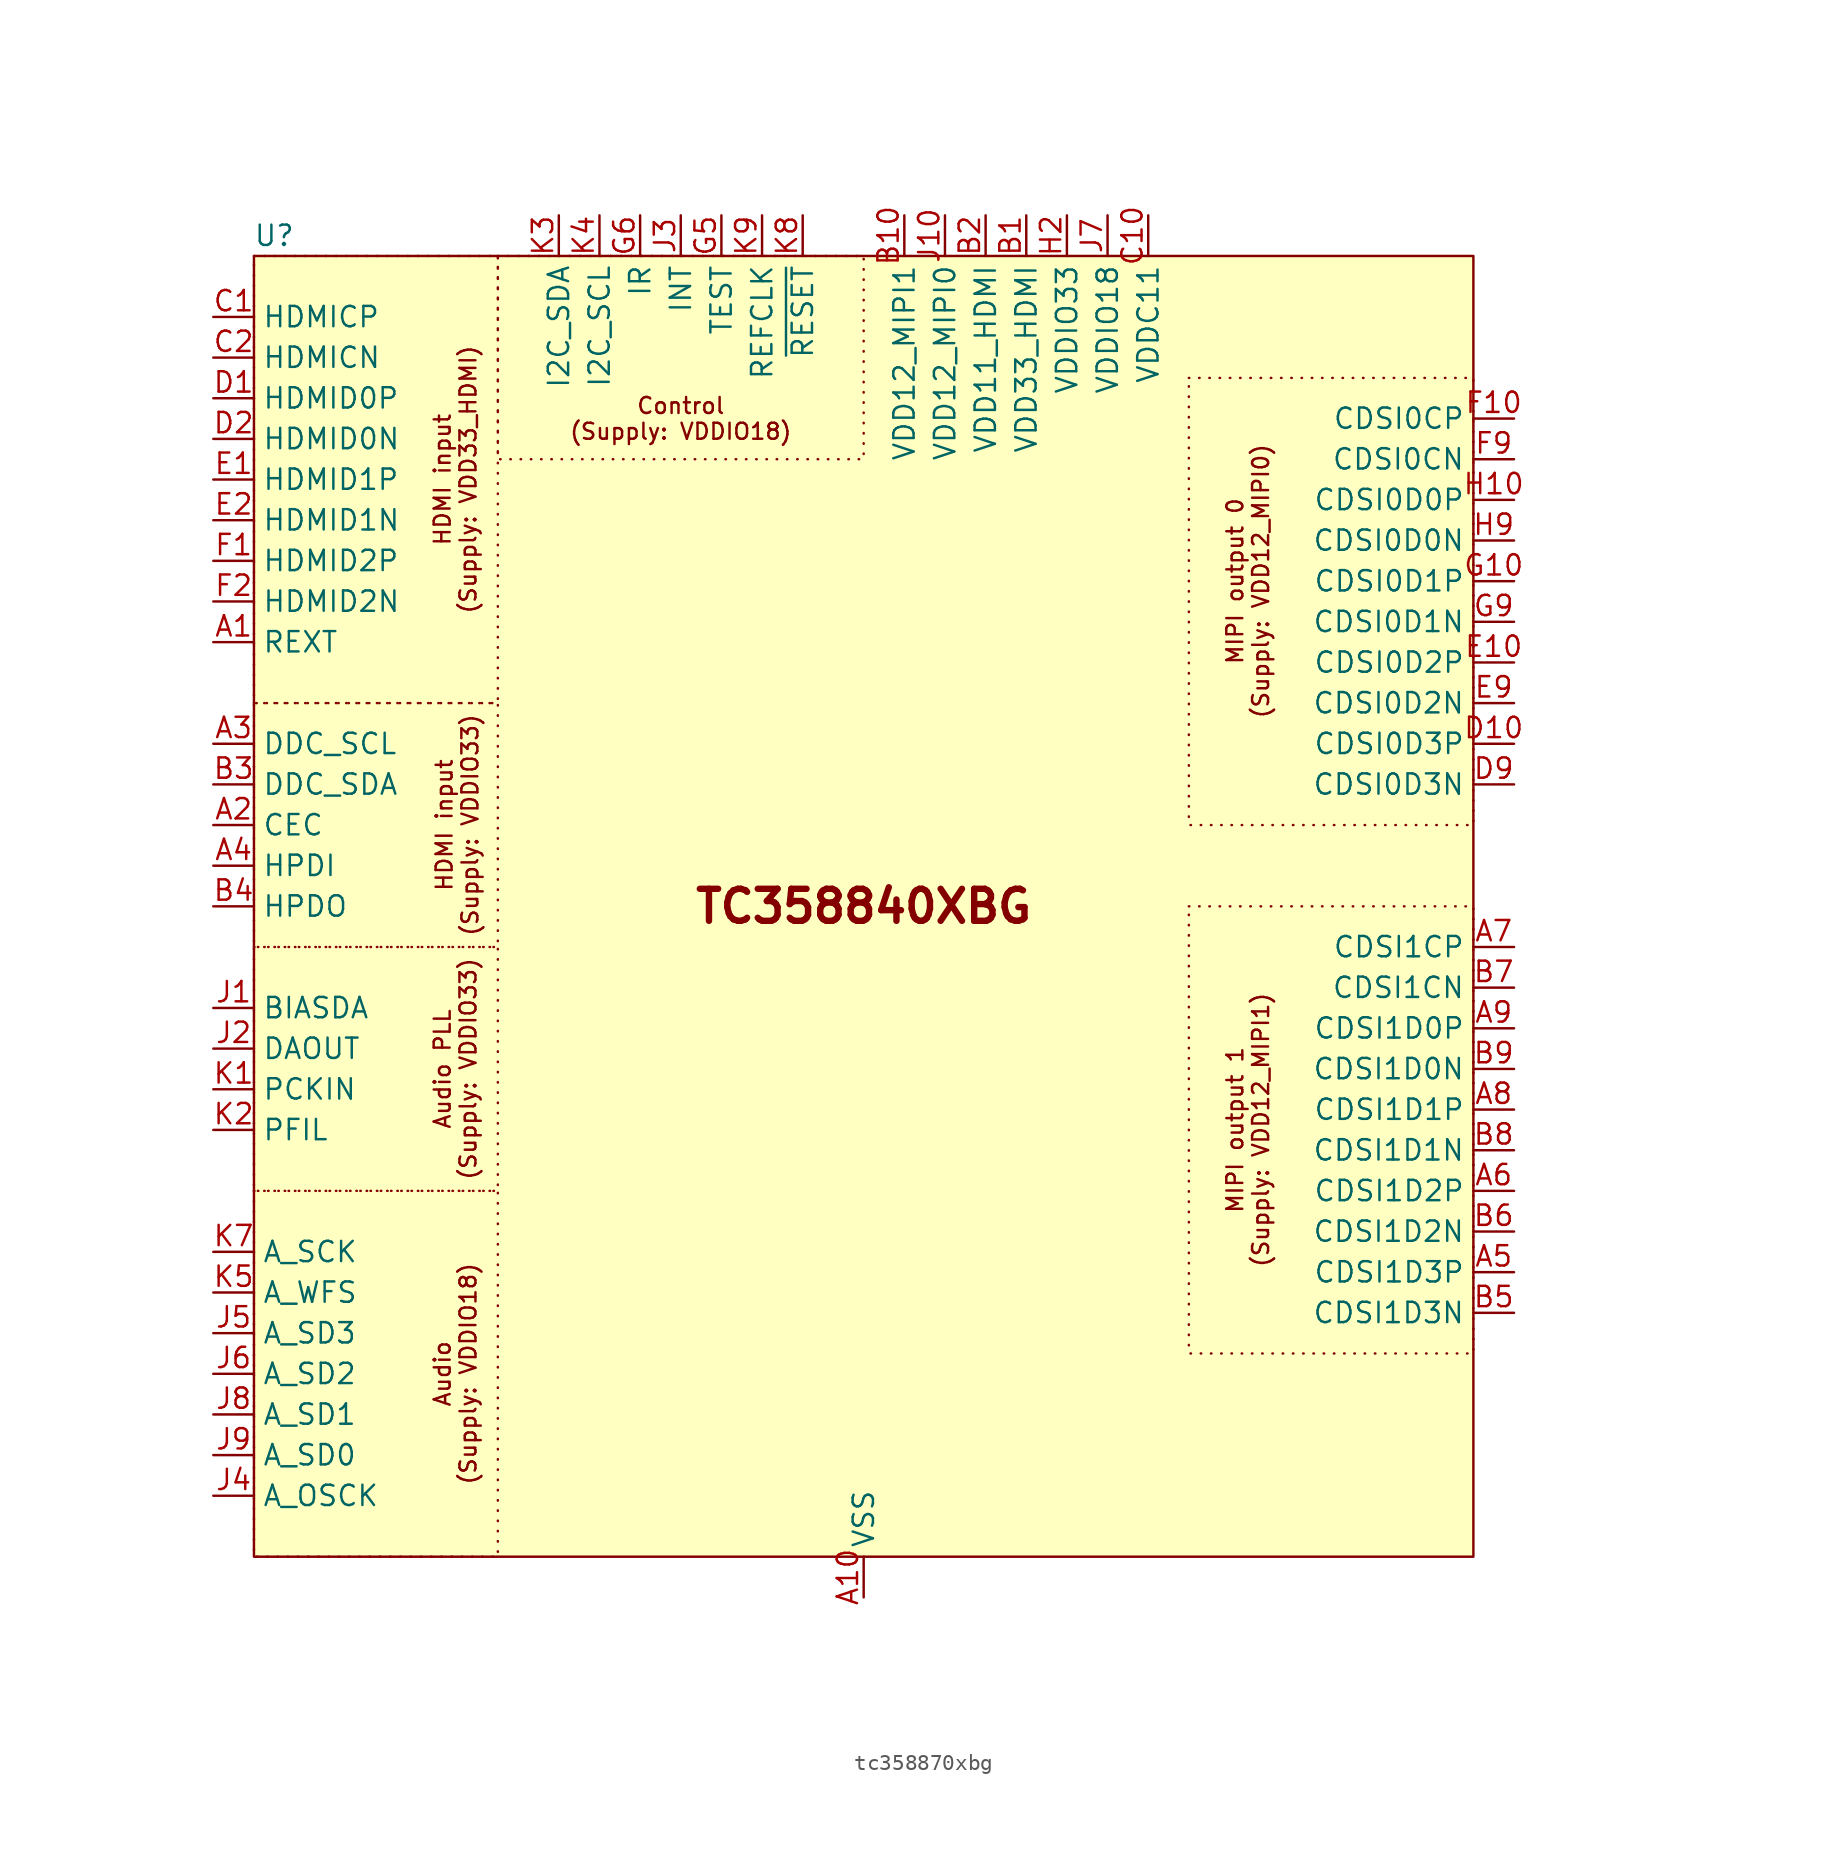
<source format=kicad_sym>
(kicad_symbol_lib
  (version 20220914)
  (generator kicad_symbol_editor)
  (symbol "tc358870xbg"
    (property "Reference" "U"
      (at -36.83 41.91 0)
      (effects (font (size 1.27 1.27))))
    (property "Value" ""
      (at 48.26 10.16 0)
      (effects (font (size 1.27 1.27))))
    (symbol "tc358870xbg_1_1"
      (rectangle (start -38.1 -17.78) (end -22.86 -40.64) (stroke (width 0) (type dot)) (fill (type none)))
      (rectangle (start -38.1 -2.54) (end -22.86 -17.78) (stroke (width 0) (type dot)) (fill (type none)))
      (rectangle (start -38.1 12.7) (end -22.86 -2.54) (stroke (width 0) (type dot)) (fill (type none)))
      (rectangle (start -38.1 40.64) (end -22.86 12.7) (stroke (width 0) (type dot)) (fill (type none)))
      (rectangle (start -38.1 40.64) (end 38.1 -40.64) (stroke (width 0) (type default)) (fill (type background)))
      (rectangle (start -22.86 40.64) (end 0 27.94) (stroke (width 0) (type dot)) (fill (type none)))
      (rectangle (start 20.32 0) (end 38.1 -27.94) (stroke (width 0) (type dot)) (fill (type none)))
      (rectangle (start 20.32 33.02) (end 38.1 5.08) (stroke (width 0) (type dot)) (fill (type none)))
      (text "Audio\n(Supply: VDDIO18)" (at -24.13 -29.21 900) (effects (font (size 1 1)) (justify bottom)))
      (text "Audio PLL\n(Supply: VDDIO33)" (at -24.13 -10.16 900) (effects (font (size 1 1)) (justify bottom)))
      (text "Control\n(Supply: VDDIO18)" (at -11.43 30.48 0) (effects (font (size 1 1))))
      (text "HDMI input\n(Supply: VDD33_HDMI)" (at -24.13 26.67 900) (effects (font (size 1 1)) (justify bottom)))
      (text "HDMI input\n(Supply: VDDIO33)" (at -25.4 5.08 900) (effects (font (size 1 1))))
      (text "MIPI output 0\n(Supply: VDD12_MIPI0)" (at 25.4 20.32 900) (effects (font (size 1 1)) (justify bottom)))
      (text "MIPI output 1\n(Supply: VDD12_MIPI1)" (at 25.4 -13.97 900) (effects (font (size 1 1)) (justify bottom)))
      (text "TC358840XBG" (at 0 0 0) (effects (font (size 2 2) bold)))
      (pin input line (at -40.64 16.51 0) (length 2.54) (name "REXT" (effects (font (size 1.27 1.27)))) (number "A1" (effects (font (size 1.27 1.27)))))
      (pin power_in line (at 0 -43.18 90) (length 2.54) (name "VSS" (effects (font (size 1.27 1.27)))) (number "A10" (effects (font (size 1.27 1.27)))))
      (pin bidirectional line (at -40.64 5.08 0) (length 2.54) (name "CEC" (effects (font (size 1.27 1.27)))) (number "A2" (effects (font (size 1.27 1.27)))))
      (pin bidirectional line (at -40.64 10.16 0) (length 2.54) (name "DDC_SCL" (effects (font (size 1.27 1.27)))) (number "A3" (effects (font (size 1.27 1.27)))))
      (pin input line (at -40.64 2.54 0) (length 2.54) (name "HPDI" (effects (font (size 1.27 1.27)))) (number "A4" (effects (font (size 1.27 1.27)))))
      (pin output line (at 40.64 -22.86 180) (length 2.54) (name "CDSI1D3P" (effects (font (size 1.27 1.27)))) (number "A5" (effects (font (size 1.27 1.27)))))
      (pin output line (at 40.64 -17.78 180) (length 2.54) (name "CDSI1D2P" (effects (font (size 1.27 1.27)))) (number "A6" (effects (font (size 1.27 1.27)))))
      (pin output line (at 40.64 -2.54 180) (length 2.54) (name "CDSI1CP" (effects (font (size 1.27 1.27)))) (number "A7" (effects (font (size 1.27 1.27)))))
      (pin output line (at 40.64 -12.7 180) (length 2.54) (name "CDSI1D1P" (effects (font (size 1.27 1.27)))) (number "A8" (effects (font (size 1.27 1.27)))))
      (pin output line (at 40.64 -7.62 180) (length 2.54) (name "CDSI1D0P" (effects (font (size 1.27 1.27)))) (number "A9" (effects (font (size 1.27 1.27)))))
      (pin power_in line (at 10.16 43.18 270) (length 2.54) (name "VDD33_HDMI" (effects (font (size 1.27 1.27)))) (number "B1" (effects (font (size 1.27 1.27)))))
      (pin power_in line (at 2.54 43.18 270) (length 2.54) (name "VDD12_MIPI1" (effects (font (size 1.27 1.27)))) (number "B10" (effects (font (size 1.27 1.27)))))
      (pin power_in line (at 7.62 43.18 270) (length 2.54) (name "VDD11_HDMI" (effects (font (size 1.27 1.27)))) (number "B2" (effects (font (size 1.27 1.27)))))
      (pin bidirectional line (at -40.64 7.62 0) (length 2.54) (name "DDC_SDA" (effects (font (size 1.27 1.27)))) (number "B3" (effects (font (size 1.27 1.27)))))
      (pin output line (at -40.64 0 0) (length 2.54) (name "HPDO" (effects (font (size 1.27 1.27)))) (number "B4" (effects (font (size 1.27 1.27)))))
      (pin output line (at 40.64 -25.4 180) (length 2.54) (name "CDSI1D3N" (effects (font (size 1.27 1.27)))) (number "B5" (effects (font (size 1.27 1.27)))))
      (pin output line (at 40.64 -20.32 180) (length 2.54) (name "CDSI1D2N" (effects (font (size 1.27 1.27)))) (number "B6" (effects (font (size 1.27 1.27)))))
      (pin output line (at 40.64 -5.08 180) (length 2.54) (name "CDSI1CN" (effects (font (size 1.27 1.27)))) (number "B7" (effects (font (size 1.27 1.27)))))
      (pin output line (at 40.64 -15.24 180) (length 2.54) (name "CDSI1D1N" (effects (font (size 1.27 1.27)))) (number "B8" (effects (font (size 1.27 1.27)))))
      (pin output line (at 40.64 -10.16 180) (length 2.54) (name "CDSI1D0N" (effects (font (size 1.27 1.27)))) (number "B9" (effects (font (size 1.27 1.27)))))
      (pin input line (at -40.64 36.83 0) (length 2.54) (name "HDMICP" (effects (font (size 1.27 1.27)))) (number "C1" (effects (font (size 1.27 1.27)))))
      (pin power_in line (at 17.78 43.18 270) (length 2.54) (name "VDDC11" (effects (font (size 1.27 1.27)))) (number "C10" (effects (font (size 1.27 1.27)))))
      (pin input line (at -40.64 34.29 0) (length 2.54) (name "HDMICN" (effects (font (size 1.27 1.27)))) (number "C2" (effects (font (size 1.27 1.27)))))
      (pin power_in line (at 0 -43.18 90) (length 2.54) hide (name "VSS" (effects (font (size 1.27 1.27)))) (number "C9" (effects (font (size 1.27 1.27)))))
      (pin input line (at -40.64 31.75 0) (length 2.54) (name "HDMID0P" (effects (font (size 1.27 1.27)))) (number "D1" (effects (font (size 1.27 1.27)))))
      (pin output line (at 40.64 10.16 180) (length 2.54) (name "CDSI0D3P" (effects (font (size 1.27 1.27)))) (number "D10" (effects (font (size 1.27 1.27)))))
      (pin input line (at -40.64 29.21 0) (length 2.54) (name "HDMID0N" (effects (font (size 1.27 1.27)))) (number "D2" (effects (font (size 1.27 1.27)))))
      (pin power_in line (at 0 -43.18 90) (length 2.54) hide (name "VSS" (effects (font (size 1.27 1.27)))) (number "D4" (effects (font (size 1.27 1.27)))))
      (pin power_in line (at 0 -43.18 90) (length 2.54) hide (name "VSS" (effects (font (size 1.27 1.27)))) (number "D5" (effects (font (size 1.27 1.27)))))
      (pin power_in line (at 0 -43.18 90) (length 2.54) hide (name "VSS" (effects (font (size 1.27 1.27)))) (number "D6" (effects (font (size 1.27 1.27)))))
      (pin power_in line (at 0 -43.18 90) (length 2.54) hide (name "VSS" (effects (font (size 1.27 1.27)))) (number "D7" (effects (font (size 1.27 1.27)))))
      (pin output line (at 40.64 7.62 180) (length 2.54) (name "CDSI0D3N" (effects (font (size 1.27 1.27)))) (number "D9" (effects (font (size 1.27 1.27)))))
      (pin input line (at -40.64 26.67 0) (length 2.54) (name "HDMID1P" (effects (font (size 1.27 1.27)))) (number "E1" (effects (font (size 1.27 1.27)))))
      (pin output line (at 40.64 15.24 180) (length 2.54) (name "CDSI0D2P" (effects (font (size 1.27 1.27)))) (number "E10" (effects (font (size 1.27 1.27)))))
      (pin input line (at -40.64 24.13 0) (length 2.54) (name "HDMID1N" (effects (font (size 1.27 1.27)))) (number "E2" (effects (font (size 1.27 1.27)))))
      (pin power_in line (at 0 -43.18 90) (length 2.54) hide (name "VSS" (effects (font (size 1.27 1.27)))) (number "E4" (effects (font (size 1.27 1.27)))))
      (pin power_in line (at 0 -43.18 90) (length 2.54) hide (name "VSS" (effects (font (size 1.27 1.27)))) (number "E5" (effects (font (size 1.27 1.27)))))
      (pin power_in line (at 0 -43.18 90) (length 2.54) hide (name "VSS" (effects (font (size 1.27 1.27)))) (number "E6" (effects (font (size 1.27 1.27)))))
      (pin power_in line (at 0 -43.18 90) (length 2.54) hide (name "VSS" (effects (font (size 1.27 1.27)))) (number "E7" (effects (font (size 1.27 1.27)))))
      (pin output line (at 40.64 12.7 180) (length 2.54) (name "CDSI0D2N" (effects (font (size 1.27 1.27)))) (number "E9" (effects (font (size 1.27 1.27)))))
      (pin input line (at -40.64 21.59 0) (length 2.54) (name "HDMID2P" (effects (font (size 1.27 1.27)))) (number "F1" (effects (font (size 1.27 1.27)))))
      (pin output line (at 40.64 30.48 180) (length 2.54) (name "CDSI0CP" (effects (font (size 1.27 1.27)))) (number "F10" (effects (font (size 1.27 1.27)))))
      (pin input line (at -40.64 19.05 0) (length 2.54) (name "HDMID2N" (effects (font (size 1.27 1.27)))) (number "F2" (effects (font (size 1.27 1.27)))))
      (pin power_in line (at 0 -43.18 90) (length 2.54) hide (name "VSS" (effects (font (size 1.27 1.27)))) (number "F4" (effects (font (size 1.27 1.27)))))
      (pin power_in line (at 0 -43.18 90) (length 2.54) hide (name "VSS" (effects (font (size 1.27 1.27)))) (number "F5" (effects (font (size 1.27 1.27)))))
      (pin power_in line (at 0 -43.18 90) (length 2.54) hide (name "VSS" (effects (font (size 1.27 1.27)))) (number "F6" (effects (font (size 1.27 1.27)))))
      (pin power_in line (at 0 -43.18 90) (length 2.54) hide (name "VSS" (effects (font (size 1.27 1.27)))) (number "F7" (effects (font (size 1.27 1.27)))))
      (pin output line (at 40.64 27.94 180) (length 2.54) (name "CDSI0CN" (effects (font (size 1.27 1.27)))) (number "F9" (effects (font (size 1.27 1.27)))))
      (pin power_in line (at 10.16 43.18 270) (length 2.54) hide (name "VDD33_HDMI" (effects (font (size 1.27 1.27)))) (number "G1" (effects (font (size 1.27 1.27)))))
      (pin output line (at 40.64 20.32 180) (length 2.54) (name "CDSI0D1P" (effects (font (size 1.27 1.27)))) (number "G10" (effects (font (size 1.27 1.27)))))
      (pin power_in line (at 7.62 43.18 270) (length 2.54) hide (name "VDD11_HDMI" (effects (font (size 1.27 1.27)))) (number "G2" (effects (font (size 1.27 1.27)))))
      (pin power_in line (at 0 -43.18 90) (length 2.54) hide (name "VSS" (effects (font (size 1.27 1.27)))) (number "G4" (effects (font (size 1.27 1.27)))))
      (pin input line (at -8.89 43.18 270) (length 2.54) (name "TEST" (effects (font (size 1.27 1.27)))) (number "G5" (effects (font (size 1.27 1.27)))))
      (pin input line (at -13.97 43.18 270) (length 2.54) (name "IR" (effects (font (size 1.27 1.27)))) (number "G6" (effects (font (size 1.27 1.27)))))
      (pin power_in line (at 0 -43.18 90) (length 2.54) hide (name "VSS" (effects (font (size 1.27 1.27)))) (number "G7" (effects (font (size 1.27 1.27)))))
      (pin output line (at 40.64 17.78 180) (length 2.54) (name "CDSI0D1N" (effects (font (size 1.27 1.27)))) (number "G9" (effects (font (size 1.27 1.27)))))
      (pin power_in line (at 0 -43.18 90) (length 2.54) hide (name "VSS" (effects (font (size 1.27 1.27)))) (number "H1" (effects (font (size 1.27 1.27)))))
      (pin output line (at 40.64 25.4 180) (length 2.54) (name "CDSI0D0P" (effects (font (size 1.27 1.27)))) (number "H10" (effects (font (size 1.27 1.27)))))
      (pin power_in line (at 12.7 43.18 270) (length 2.54) (name "VDDIO33" (effects (font (size 1.27 1.27)))) (number "H2" (effects (font (size 1.27 1.27)))))
      (pin output line (at 40.64 22.86 180) (length 2.54) (name "CDSI0D0N" (effects (font (size 1.27 1.27)))) (number "H9" (effects (font (size 1.27 1.27)))))
      (pin output line (at -40.64 -6.35 0) (length 2.54) (name "BIASDA" (effects (font (size 1.27 1.27)))) (number "J1" (effects (font (size 1.27 1.27)))))
      (pin power_in line (at 5.08 43.18 270) (length 2.54) (name "VDD12_MIPI0" (effects (font (size 1.27 1.27)))) (number "J10" (effects (font (size 1.27 1.27)))))
      (pin output line (at -40.64 -8.89 0) (length 2.54) (name "DAOUT" (effects (font (size 1.27 1.27)))) (number "J2" (effects (font (size 1.27 1.27)))))
      (pin input line (at -11.43 43.18 270) (length 2.54) (name "INT" (effects (font (size 1.27 1.27)))) (number "J3" (effects (font (size 1.27 1.27)))))
      (pin output line (at -40.64 -36.83 0) (length 2.54) (name "A_OSCK" (effects (font (size 1.27 1.27)))) (number "J4" (effects (font (size 1.27 1.27)))))
      (pin output line (at -40.64 -26.67 0) (length 2.54) (name "A_SD3" (effects (font (size 1.27 1.27)))) (number "J5" (effects (font (size 1.27 1.27)))))
      (pin output line (at -40.64 -29.21 0) (length 2.54) (name "A_SD2" (effects (font (size 1.27 1.27)))) (number "J6" (effects (font (size 1.27 1.27)))))
      (pin power_in line (at 15.24 43.18 270) (length 2.54) (name "VDDIO18" (effects (font (size 1.27 1.27)))) (number "J7" (effects (font (size 1.27 1.27)))))
      (pin output line (at -40.64 -31.75 0) (length 2.54) (name "A_SD1" (effects (font (size 1.27 1.27)))) (number "J8" (effects (font (size 1.27 1.27)))))
      (pin output line (at -40.64 -34.29 0) (length 2.54) (name "A_SD0" (effects (font (size 1.27 1.27)))) (number "J9" (effects (font (size 1.27 1.27)))))
      (pin input line (at -40.64 -11.43 0) (length 2.54) (name "PCKIN" (effects (font (size 1.27 1.27)))) (number "K1" (effects (font (size 1.27 1.27)))))
      (pin power_in line (at 0 -43.18 90) (length 2.54) hide (name "VSS" (effects (font (size 1.27 1.27)))) (number "K10" (effects (font (size 1.27 1.27)))))
      (pin output line (at -40.64 -13.97 0) (length 2.54) (name "PFIL" (effects (font (size 1.27 1.27)))) (number "K2" (effects (font (size 1.27 1.27)))))
      (pin bidirectional line (at -19.05 43.18 270) (length 2.54) (name "I2C_SDA" (effects (font (size 1.27 1.27)))) (number "K3" (effects (font (size 1.27 1.27)))))
      (pin bidirectional line (at -16.51 43.18 270) (length 2.54) (name "I2C_SCL" (effects (font (size 1.27 1.27)))) (number "K4" (effects (font (size 1.27 1.27)))))
      (pin output line (at -40.64 -24.13 0) (length 2.54) (name "A_WFS" (effects (font (size 1.27 1.27)))) (number "K5" (effects (font (size 1.27 1.27)))))
      (pin power_in line (at 17.78 43.18 270) (length 2.54) hide (name "VDDC11" (effects (font (size 1.27 1.27)))) (number "K6" (effects (font (size 1.27 1.27)))))
      (pin output line (at -40.64 -21.59 0) (length 2.54) (name "A_SCK" (effects (font (size 1.27 1.27)))) (number "K7" (effects (font (size 1.27 1.27)))))
      (pin input line (at -3.81 43.18 270) (length 2.54) (name "~{RESET}" (effects (font (size 1.27 1.27)))) (number "K8" (effects (font (size 1.27 1.27)))))
      (pin input line (at -6.35 43.18 270) (length 2.54) (name "REFCLK" (effects (font (size 1.27 1.27)))) (number "K9" (effects (font (size 1.27 1.27))))))))
</source>
